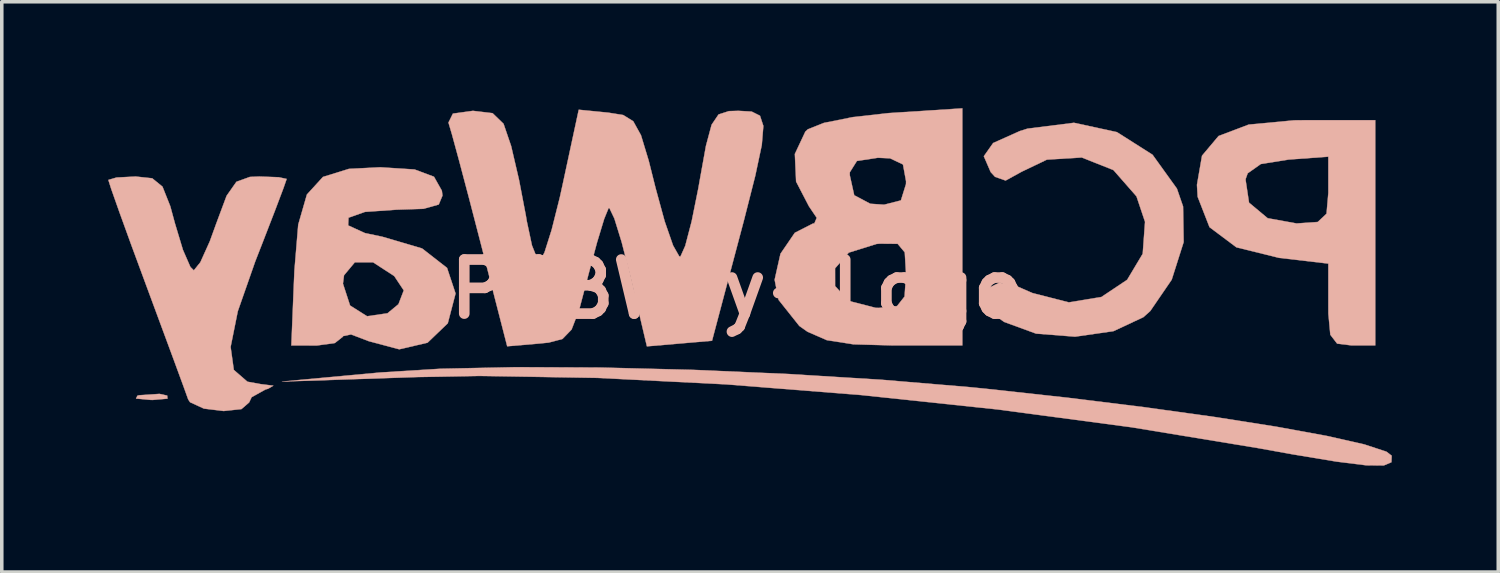
<source format=kicad_pcb>
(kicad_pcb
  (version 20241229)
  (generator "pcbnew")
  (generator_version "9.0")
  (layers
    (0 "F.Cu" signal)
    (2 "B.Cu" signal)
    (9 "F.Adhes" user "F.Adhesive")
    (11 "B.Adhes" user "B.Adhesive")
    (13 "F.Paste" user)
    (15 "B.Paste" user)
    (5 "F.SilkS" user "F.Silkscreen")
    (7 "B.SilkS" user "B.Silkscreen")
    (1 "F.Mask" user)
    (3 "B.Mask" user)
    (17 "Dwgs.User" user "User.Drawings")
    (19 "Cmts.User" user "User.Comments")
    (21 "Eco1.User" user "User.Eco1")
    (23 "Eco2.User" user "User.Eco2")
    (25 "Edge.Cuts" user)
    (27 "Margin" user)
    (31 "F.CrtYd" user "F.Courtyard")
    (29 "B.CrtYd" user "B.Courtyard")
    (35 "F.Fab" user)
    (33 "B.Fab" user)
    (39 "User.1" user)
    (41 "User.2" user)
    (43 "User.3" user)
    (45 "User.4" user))
  (footprint "PCBWay-Logo"
    (layer "F.Cu")
    (at 17.732 5.102)
    (property "Reference" "PCBWay-Logo" (at 0 0 0) (layer "B.SilkS") (effects (font (size 1.524 1.524) (thickness 0.3))))
    (attr through_hole)
    (fp_poly (pts (xy -16.068 3.001) (xy -16.06 3.088) (xy -16.474 3.124) (xy -16.536 3.123) (xy -16.947 3.085) (xy -16.908 3.005) (xy -16.862 2.992) (xy -16.286 2.953) (xy -16.068 3.001)) (stroke (width 0.01) (type solid)) (fill yes) (layer "B.SilkS"))
    (fp_poly (pts (xy -3.831 2.211) (xy -1.234 2.276) (xy 1.435 2.392) (xy 4.063 2.554) (xy 6.536 2.761) (xy 7.01 2.808) (xy 9.318 3.061) (xy 11.493 3.33) (xy 13.477 3.606) (xy 15.208 3.879) (xy 16.63 4.139) (xy 17.682 4.377) (xy 18.306 4.582) (xy 18.455 4.696) (xy 18.448 4.88) (xy 18.232 4.971) (xy 17.739 4.967) (xy 16.902 4.863) (xy 15.655 4.656) (xy 14.684 4.481) (xy 11.124 3.895) (xy 7.352 3.393) (xy 3.498 2.986) (xy -0.308 2.685) (xy -3.938 2.502) (xy -7.264 2.447) (xy -8.996 2.478) (xy -12.832 2.606) (xy -10.054 2.349) (xy -8.354 2.244) (xy -6.242 2.2) (xy -3.831 2.211)) (stroke (width 0.01) (type solid)) (fill yes) (layer "B.SilkS"))
    (fp_poly (pts (xy 17.992 1.587) (xy 17.33 1.587) (xy 16.917 1.536) (xy 16.725 1.286) (xy 16.67 0.693) (xy 16.669 0.434) (xy 16.669 -0.72) (xy 15.28 -0.882) (xy 14.077 -1.179) (xy 13.319 -1.747) (xy 12.985 -2.603) (xy 12.965 -2.94) (xy 12.992 -3.096) (xy 14.334 -3.096) (xy 14.433 -2.438) (xy 14.958 -2) (xy 15.775 -1.852) (xy 16.371 -1.894) (xy 16.618 -2.127) (xy 16.669 -2.712) (xy 16.669 -2.793) (xy 16.669 -3.735) (xy 15.547 -3.653) (xy 14.766 -3.528) (xy 14.395 -3.266) (xy 14.334 -3.096) (xy 12.992 -3.096) (xy 13.108 -3.763) (xy 13.575 -4.318) (xy 14.423 -4.639) (xy 15.707 -4.76) (xy 16.007 -4.763) (xy 17.992 -4.763) (xy 17.992 1.587)) (stroke (width 0.01) (type solid)) (fill yes) (layer "B.SilkS"))
    (fp_poly (pts (xy 10.708 -4.427) (xy 11.712 -3.79) (xy 12.4 -2.834) (xy 12.574 -2.329) (xy 12.59 -1.327) (xy 12.253 -0.266) (xy 11.649 0.616) (xy 11.455 0.79) (xy 10.609 1.185) (xy 9.528 1.34) (xy 8.429 1.254) (xy 7.53 0.925) (xy 7.371 0.813) (xy 6.966 0.392) (xy 6.983 0.076) (xy 7.062 -0.019) (xy 7.393 -0.183) (xy 7.912 -0.071) (xy 8.326 0.11) (xy 9.352 0.373) (xy 10.272 0.221) (xy 10.997 -0.264) (xy 11.436 -0.998) (xy 11.501 -1.898) (xy 11.26 -2.616) (xy 10.611 -3.356) (xy 9.718 -3.712) (xy 8.733 -3.651) (xy 8.025 -3.312) (xy 7.57 -3.062) (xy 7.273 -3.166) (xy 7.149 -3.301) (xy 6.956 -3.747) (xy 7.219 -4.12) (xy 7.972 -4.457) (xy 8.188 -4.525) (xy 9.497 -4.69) (xy 10.708 -4.427)) (stroke (width 0.01) (type solid)) (fill yes) (layer "B.SilkS"))
    (fp_poly (pts (xy -9.093 -3.374) (xy -8.546 -3.169) (xy -8.324 -2.775) (xy -8.307 -2.637) (xy -8.412 -2.386) (xy -8.842 -2.265) (xy -9.604 -2.24) (xy -10.493 -2.178) (xy -10.956 -2.014) (xy -10.966 -1.797) (xy -10.495 -1.581) (xy -10.005 -1.478) (xy -8.882 -1.147) (xy -8.178 -0.599) (xy -7.938 0.123) (xy -8.157 0.962) (xy -8.728 1.51) (xy -9.525 1.696) (xy -10.385 1.467) (xy -10.884 1.277) (xy -11.111 1.324) (xy -11.113 1.339) (xy -11.341 1.519) (xy -11.84 1.588) (xy -12.568 1.589) (xy -12.497 -0.154) (xy -11.113 -0.154) (xy -10.912 0.462) (xy -10.433 0.764) (xy -9.858 0.681) (xy -9.548 0.425) (xy -9.398 0.035) (xy -9.667 -0.369) (xy -10.261 -0.755) (xy -10.779 -0.755) (xy -11.083 -0.391) (xy -11.113 -0.154) (xy -12.497 -0.154) (xy -12.481 -0.528) (xy -12.374 -1.818) (xy -12.129 -2.668) (xy -11.676 -3.164) (xy -10.944 -3.391) (xy -10.061 -3.436) (xy -9.093 -3.374)) (stroke (width 0.01) (type solid)) (fill yes) (layer "B.SilkS"))
    (fp_poly (pts (xy -12.924 -3.155) (xy -12.7 -3.107) (xy -12.79 -2.848) (xy -13.031 -2.21) (xy -13.381 -1.306) (xy -13.586 -0.781) (xy -14.078 0.624) (xy -14.28 1.629) (xy -14.19 2.277) (xy -13.806 2.61) (xy -13.436 2.677) (xy -13.075 2.722) (xy -13.225 2.809) (xy -13.295 2.828) (xy -13.688 3.046) (xy -13.758 3.194) (xy -13.975 3.382) (xy -14.475 3.436) (xy -15.033 3.368) (xy -15.423 3.189) (xy -15.476 3.109) (xy -15.609 2.74) (xy -15.885 1.988) (xy -16.263 0.966) (xy -16.658 -0.102) (xy -17.079 -1.242) (xy -17.421 -2.186) (xy -17.649 -2.833) (xy -17.727 -3.079) (xy -17.497 -3.147) (xy -16.958 -3.175) (xy -16.49 -3.125) (xy -16.201 -2.89) (xy -15.981 -2.337) (xy -15.849 -1.852) (xy -15.624 -1.105) (xy -15.414 -0.625) (xy -15.317 -0.529) (xy -15.133 -0.758) (xy -14.868 -1.345) (xy -14.684 -1.852) (xy -14.393 -2.632) (xy -14.116 -3.027) (xy -13.737 -3.164) (xy -13.472 -3.175) (xy -12.924 -3.155)) (stroke (width 0.01) (type solid)) (fill yes) (layer "B.SilkS"))
    (fp_poly (pts (xy 6.35 1.587) (xy 4.401 1.587) (xy 3.281 1.556) (xy 2.528 1.438) (xy 1.985 1.201) (xy 1.755 1.039) (xy 1.169 0.302) (xy 1.058 -0.265) (xy 1.13 -0.587) (xy 2.762 -0.587) (xy 2.763 -0.086) (xy 3.147 0.332) (xy 3.906 0.527) (xy 4.001 0.529) (xy 4.51 0.476) (xy 4.721 0.209) (xy 4.763 -0.414) (xy 4.727 -1.037) (xy 4.526 -1.278) (xy 4.019 -1.282) (xy 3.929 -1.274) (xy 3.149 -1.03) (xy 2.762 -0.587) (xy 1.13 -0.587) (xy 1.223 -0.998) (xy 1.627 -1.589) (xy 2.141 -1.851) (xy 2.177 -1.852) (xy 2.245 -2.011) (xy 2.025 -2.336) (xy 1.663 -3.033) (xy 1.655 -3.219) (xy 3.175 -3.219) (xy 3.302 -2.647) (xy 3.756 -2.407) (xy 4.145 -2.381) (xy 4.618 -2.502) (xy 4.761 -2.96) (xy 4.763 -3.043) (xy 4.677 -3.515) (xy 4.314 -3.688) (xy 3.969 -3.704) (xy 3.378 -3.614) (xy 3.178 -3.296) (xy 3.175 -3.219) (xy 1.655 -3.219) (xy 1.628 -3.811) (xy 1.924 -4.441) (xy 1.994 -4.506) (xy 2.447 -4.687) (xy 3.261 -4.85) (xy 4.269 -4.963) (xy 4.375 -4.97) (xy 6.35 -5.097) (xy 6.35 1.587)) (stroke (width 0.01) (type solid)) (fill yes) (layer "B.SilkS"))
    (fp_poly (pts (xy -3.633 -4.976) (xy -3.212 -4.909) (xy -2.928 -4.733) (xy -2.71 -4.339) (xy -2.491 -3.617) (xy -2.298 -2.847) (xy -2.042 -1.911) (xy -1.806 -1.232) (xy -1.631 -0.924) (xy -1.597 -0.92) (xy -1.462 -1.222) (xy -1.282 -1.909) (xy -1.093 -2.845) (xy -1.06 -3.034) (xy -0.878 -4.042) (xy -0.719 -4.635) (xy -0.523 -4.925) (xy -0.231 -5.019) (xy 0.037 -5.027) (xy 0.411 -5.006) (xy 0.645 -4.889) (xy 0.74 -4.601) (xy 0.696 -4.064) (xy 0.513 -3.201) (xy 0.191 -1.934) (xy 0.029 -1.323) (xy -0.707 1.455) (xy -2.543 1.613) (xy -3.018 -0.401) (xy -3.255 -1.327) (xy -3.461 -1.993) (xy -3.601 -2.286) (xy -3.623 -2.286) (xy -3.747 -1.983) (xy -3.952 -1.307) (xy -4.194 -0.403) (xy -4.207 -0.351) (xy -4.456 0.593) (xy -4.667 1.139) (xy -4.925 1.405) (xy -5.313 1.507) (xy -5.572 1.533) (xy -6.482 1.611) (xy -7.25 -1.377) (xy -7.564 -2.587) (xy -7.838 -3.623) (xy -8.041 -4.368) (xy -8.138 -4.696) (xy -8.013 -4.949) (xy -7.447 -5.027) (xy -6.894 -4.961) (xy -6.585 -4.662) (xy -6.371 -4.035) (xy -6.15 -3.087) (xy -5.953 -2.058) (xy -5.93 -1.918) (xy -5.784 -1.233) (xy -5.624 -0.835) (xy -5.567 -0.794) (xy -5.431 -1.033) (xy -5.229 -1.671) (xy -4.999 -2.585) (xy -4.924 -2.926) (xy -4.465 -5.058) (xy -3.633 -4.976)) (stroke (width 0.01) (type solid)) (fill yes) (layer "B.SilkS")))
  (gr_rect
    (start -3 -3)
    (end 39.192 13.078)
    (stroke (width 0.1) (type default))
    (fill no)
    (layer "Edge.Cuts")))
</source>
